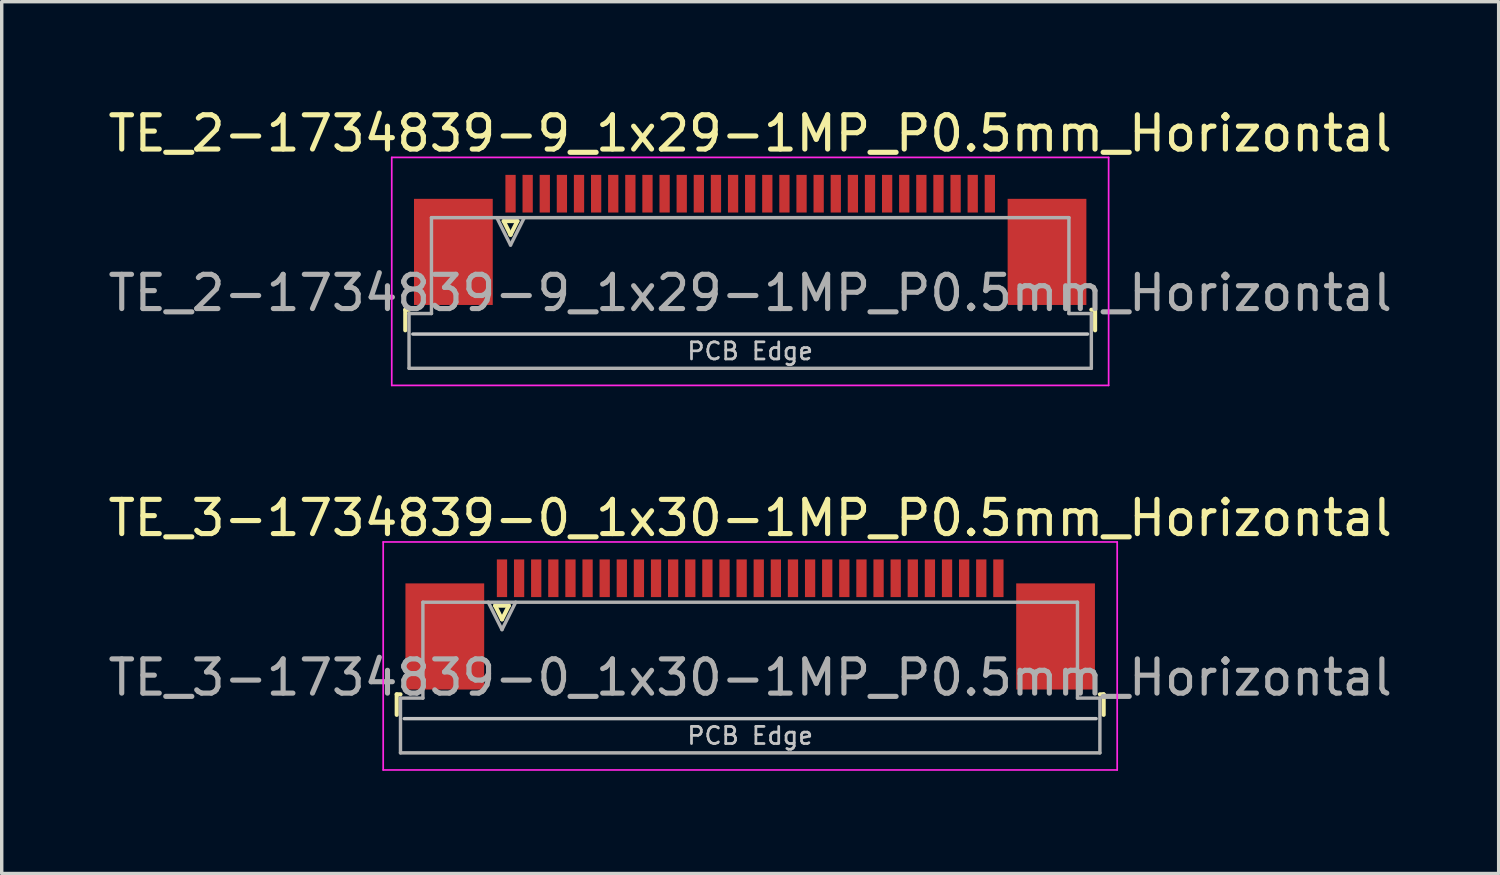
<source format=kicad_pcb>
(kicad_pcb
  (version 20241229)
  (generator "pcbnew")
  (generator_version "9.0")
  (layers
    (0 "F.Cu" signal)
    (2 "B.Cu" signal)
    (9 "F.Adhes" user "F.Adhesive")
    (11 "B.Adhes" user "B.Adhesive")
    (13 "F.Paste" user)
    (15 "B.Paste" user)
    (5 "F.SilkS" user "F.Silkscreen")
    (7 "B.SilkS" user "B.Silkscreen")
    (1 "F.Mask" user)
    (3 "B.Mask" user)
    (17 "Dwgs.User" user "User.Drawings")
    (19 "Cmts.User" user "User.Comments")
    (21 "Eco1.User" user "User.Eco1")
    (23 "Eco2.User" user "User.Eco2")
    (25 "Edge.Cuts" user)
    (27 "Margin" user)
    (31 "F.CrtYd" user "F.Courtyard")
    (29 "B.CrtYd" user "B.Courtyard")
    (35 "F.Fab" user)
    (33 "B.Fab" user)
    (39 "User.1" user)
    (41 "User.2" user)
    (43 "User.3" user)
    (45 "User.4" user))
  (footprint "TE_2-1734839-9_1x29-1MP_P0.5mm_Horizontal"
    (layer "F.Cu")
    (at 18.863 3.958)
    (property "Reference" "TE_2-1734839-9_1x29-1MP_P0.5mm_Horizontal" (at 0 -3.11 0) (layer "F.SilkS") (effects (font (size 1 1) (thickness 0.15))))
    (attr smd)
    (fp_line (start -10.075 2.04) (end -10.075 2.64) (stroke (width 0.12) (type solid)) (layer "F.SilkS"))
    (fp_line (start -9.965 2.04) (end -10.075 2.04) (stroke (width 0.12) (type solid)) (layer "F.SilkS"))
    (fp_line (start -7.2 -0.55) (end -7 -0.15) (stroke (width 0.12) (type solid)) (layer "F.SilkS"))
    (fp_line (start -7 -0.15) (end -6.8 -0.55) (stroke (width 0.12) (type solid)) (layer "F.SilkS"))
    (fp_line (start -6.8 -0.55) (end -7.2 -0.55) (stroke (width 0.12) (type solid)) (layer "F.SilkS"))
    (fp_line (start 9.965 2.04) (end 10.075 2.04) (stroke (width 0.12) (type solid)) (layer "F.SilkS"))
    (fp_line (start 10.075 2.04) (end 10.075 2.64) (stroke (width 0.12) (type solid)) (layer "F.SilkS"))
    (fp_line (start 9.855 2.75) (end -9.855 2.75) (stroke (width 0.1) (type solid)) (layer "Dwgs.User"))
    (fp_line (start -10.47 -2.41) (end -10.47 4.25) (stroke (width 0.05) (type solid)) (layer "F.CrtYd"))
    (fp_line (start -10.47 4.25) (end 10.47 4.25) (stroke (width 0.05) (type solid)) (layer "F.CrtYd"))
    (fp_line (start 10.47 -2.41) (end -10.47 -2.41) (stroke (width 0.05) (type solid)) (layer "F.CrtYd"))
    (fp_line (start 10.47 4.25) (end 10.47 -2.41) (stroke (width 0.05) (type solid)) (layer "F.CrtYd"))
    (fp_line (start -9.965 2.15) (end -9.31 2.15) (stroke (width 0.1) (type solid)) (layer "F.Fab"))
    (fp_line (start -9.965 3.75) (end -9.965 2.15) (stroke (width 0.1) (type solid)) (layer "F.Fab"))
    (fp_line (start -9.31 -0.65) (end 9.31 -0.65) (stroke (width 0.1) (type solid)) (layer "F.Fab"))
    (fp_line (start -9.31 2.15) (end -9.31 -0.65) (stroke (width 0.1) (type solid)) (layer "F.Fab"))
    (fp_line (start -7.4 -0.65) (end -7 0.15) (stroke (width 0.1) (type solid)) (layer "F.Fab"))
    (fp_line (start -7 0.15) (end -6.6 -0.65) (stroke (width 0.1) (type solid)) (layer "F.Fab"))
    (fp_line (start 9.31 -0.65) (end 9.31 2.15) (stroke (width 0.1) (type solid)) (layer "F.Fab"))
    (fp_line (start 9.31 2.15) (end 9.965 2.15) (stroke (width 0.1) (type solid)) (layer "F.Fab"))
    (fp_line (start 9.965 2.15) (end 9.965 3.75) (stroke (width 0.1) (type solid)) (layer "F.Fab"))
    (fp_line (start 9.965 3.75) (end -9.965 3.75) (stroke (width 0.1) (type solid)) (layer "F.Fab"))
    (fp_text user "PCB Edge" (at 0 3.25 0) (layer "Dwgs.User") (effects (font (size 0.5 0.5) (thickness 0.08))))
    (fp_text user "${REFERENCE}" (at 0 1.55 0) (layer "F.Fab") (effects (font (size 1 1) (thickness 0.15))))
    (pad "1" smd rect (at -7 -1.35) (size 0.3 1.1) (layers "F.Cu" "F.Mask" "F.Paste"))
    (pad "2" smd rect (at -6.5 -1.35) (size 0.3 1.1) (layers "F.Cu" "F.Mask" "F.Paste"))
    (pad "3" smd rect (at -6 -1.35) (size 0.3 1.1) (layers "F.Cu" "F.Mask" "F.Paste"))
    (pad "4" smd rect (at -5.5 -1.35) (size 0.3 1.1) (layers "F.Cu" "F.Mask" "F.Paste"))
    (pad "5" smd rect (at -5 -1.35) (size 0.3 1.1) (layers "F.Cu" "F.Mask" "F.Paste"))
    (pad "6" smd rect (at -4.5 -1.35) (size 0.3 1.1) (layers "F.Cu" "F.Mask" "F.Paste"))
    (pad "7" smd rect (at -4 -1.35) (size 0.3 1.1) (layers "F.Cu" "F.Mask" "F.Paste"))
    (pad "8" smd rect (at -3.5 -1.35) (size 0.3 1.1) (layers "F.Cu" "F.Mask" "F.Paste"))
    (pad "9" smd rect (at -3 -1.35) (size 0.3 1.1) (layers "F.Cu" "F.Mask" "F.Paste"))
    (pad "10" smd rect (at -2.5 -1.35) (size 0.3 1.1) (layers "F.Cu" "F.Mask" "F.Paste"))
    (pad "11" smd rect (at -2 -1.35) (size 0.3 1.1) (layers "F.Cu" "F.Mask" "F.Paste"))
    (pad "12" smd rect (at -1.5 -1.35) (size 0.3 1.1) (layers "F.Cu" "F.Mask" "F.Paste"))
    (pad "13" smd rect (at -1 -1.35) (size 0.3 1.1) (layers "F.Cu" "F.Mask" "F.Paste"))
    (pad "14" smd rect (at -0.5 -1.35) (size 0.3 1.1) (layers "F.Cu" "F.Mask" "F.Paste"))
    (pad "15" smd rect (at 0 -1.35) (size 0.3 1.1) (layers "F.Cu" "F.Mask" "F.Paste"))
    (pad "16" smd rect (at 0.5 -1.35) (size 0.3 1.1) (layers "F.Cu" "F.Mask" "F.Paste"))
    (pad "17" smd rect (at 1 -1.35) (size 0.3 1.1) (layers "F.Cu" "F.Mask" "F.Paste"))
    (pad "18" smd rect (at 1.5 -1.35) (size 0.3 1.1) (layers "F.Cu" "F.Mask" "F.Paste"))
    (pad "19" smd rect (at 2 -1.35) (size 0.3 1.1) (layers "F.Cu" "F.Mask" "F.Paste"))
    (pad "20" smd rect (at 2.5 -1.35) (size 0.3 1.1) (layers "F.Cu" "F.Mask" "F.Paste"))
    (pad "21" smd rect (at 3 -1.35) (size 0.3 1.1) (layers "F.Cu" "F.Mask" "F.Paste"))
    (pad "22" smd rect (at 3.5 -1.35) (size 0.3 1.1) (layers "F.Cu" "F.Mask" "F.Paste"))
    (pad "23" smd rect (at 4 -1.35) (size 0.3 1.1) (layers "F.Cu" "F.Mask" "F.Paste"))
    (pad "24" smd rect (at 4.5 -1.35) (size 0.3 1.1) (layers "F.Cu" "F.Mask" "F.Paste"))
    (pad "25" smd rect (at 5 -1.35) (size 0.3 1.1) (layers "F.Cu" "F.Mask" "F.Paste"))
    (pad "26" smd rect (at 5.5 -1.35) (size 0.3 1.1) (layers "F.Cu" "F.Mask" "F.Paste"))
    (pad "27" smd rect (at 6 -1.35) (size 0.3 1.1) (layers "F.Cu" "F.Mask" "F.Paste"))
    (pad "28" smd rect (at 6.5 -1.35) (size 0.3 1.1) (layers "F.Cu" "F.Mask" "F.Paste"))
    (pad "29" smd rect (at 7 -1.35) (size 0.3 1.1) (layers "F.Cu" "F.Mask" "F.Paste"))
    (pad "MP" smd rect (at -8.67 0.35) (size 2.3 3.1) (layers "F.Cu" "F.Mask" "F.Paste"))
    (pad "MP" smd rect (at 8.67 0.35) (size 2.3 3.1) (layers "F.Cu" "F.Mask" "F.Paste")))
  (footprint "TE_3-1734839-0_1x30-1MP_P0.5mm_Horizontal"
    (layer "F.Cu")
    (at 18.863 15.191)
    (property "Reference" "TE_3-1734839-0_1x30-1MP_P0.5mm_Horizontal" (at 0 -3.11 0) (layer "F.SilkS") (effects (font (size 1 1) (thickness 0.15))))
    (attr smd)
    (fp_line (start -10.325 2.04) (end -10.325 2.64) (stroke (width 0.12) (type solid)) (layer "F.SilkS"))
    (fp_line (start -10.215 2.04) (end -10.325 2.04) (stroke (width 0.12) (type solid)) (layer "F.SilkS"))
    (fp_line (start -7.45 -0.55) (end -7.25 -0.15) (stroke (width 0.12) (type solid)) (layer "F.SilkS"))
    (fp_line (start -7.25 -0.15) (end -7.05 -0.55) (stroke (width 0.12) (type solid)) (layer "F.SilkS"))
    (fp_line (start -7.05 -0.55) (end -7.45 -0.55) (stroke (width 0.12) (type solid)) (layer "F.SilkS"))
    (fp_line (start 10.215 2.04) (end 10.325 2.04) (stroke (width 0.12) (type solid)) (layer "F.SilkS"))
    (fp_line (start 10.325 2.04) (end 10.325 2.64) (stroke (width 0.12) (type solid)) (layer "F.SilkS"))
    (fp_line (start 10.105 2.75) (end -10.105 2.75) (stroke (width 0.1) (type solid)) (layer "Dwgs.User"))
    (fp_line (start -10.72 -2.41) (end -10.72 4.25) (stroke (width 0.05) (type solid)) (layer "F.CrtYd"))
    (fp_line (start -10.72 4.25) (end 10.72 4.25) (stroke (width 0.05) (type solid)) (layer "F.CrtYd"))
    (fp_line (start 10.72 -2.41) (end -10.72 -2.41) (stroke (width 0.05) (type solid)) (layer "F.CrtYd"))
    (fp_line (start 10.72 4.25) (end 10.72 -2.41) (stroke (width 0.05) (type solid)) (layer "F.CrtYd"))
    (fp_line (start -10.215 2.15) (end -9.56 2.15) (stroke (width 0.1) (type solid)) (layer "F.Fab"))
    (fp_line (start -10.215 3.75) (end -10.215 2.15) (stroke (width 0.1) (type solid)) (layer "F.Fab"))
    (fp_line (start -9.56 -0.65) (end 9.56 -0.65) (stroke (width 0.1) (type solid)) (layer "F.Fab"))
    (fp_line (start -9.56 2.15) (end -9.56 -0.65) (stroke (width 0.1) (type solid)) (layer "F.Fab"))
    (fp_line (start -7.65 -0.65) (end -7.25 0.15) (stroke (width 0.1) (type solid)) (layer "F.Fab"))
    (fp_line (start -7.25 0.15) (end -6.85 -0.65) (stroke (width 0.1) (type solid)) (layer "F.Fab"))
    (fp_line (start 9.56 -0.65) (end 9.56 2.15) (stroke (width 0.1) (type solid)) (layer "F.Fab"))
    (fp_line (start 9.56 2.15) (end 10.215 2.15) (stroke (width 0.1) (type solid)) (layer "F.Fab"))
    (fp_line (start 10.215 2.15) (end 10.215 3.75) (stroke (width 0.1) (type solid)) (layer "F.Fab"))
    (fp_line (start 10.215 3.75) (end -10.215 3.75) (stroke (width 0.1) (type solid)) (layer "F.Fab"))
    (fp_text user "PCB Edge" (at 0 3.25 0) (layer "Dwgs.User") (effects (font (size 0.5 0.5) (thickness 0.08))))
    (fp_text user "${REFERENCE}" (at 0 1.55 0) (layer "F.Fab") (effects (font (size 1 1) (thickness 0.15))))
    (pad "1" smd rect (at -7.25 -1.35) (size 0.3 1.1) (layers "F.Cu" "F.Mask" "F.Paste"))
    (pad "2" smd rect (at -6.75 -1.35) (size 0.3 1.1) (layers "F.Cu" "F.Mask" "F.Paste"))
    (pad "3" smd rect (at -6.25 -1.35) (size 0.3 1.1) (layers "F.Cu" "F.Mask" "F.Paste"))
    (pad "4" smd rect (at -5.75 -1.35) (size 0.3 1.1) (layers "F.Cu" "F.Mask" "F.Paste"))
    (pad "5" smd rect (at -5.25 -1.35) (size 0.3 1.1) (layers "F.Cu" "F.Mask" "F.Paste"))
    (pad "6" smd rect (at -4.75 -1.35) (size 0.3 1.1) (layers "F.Cu" "F.Mask" "F.Paste"))
    (pad "7" smd rect (at -4.25 -1.35) (size 0.3 1.1) (layers "F.Cu" "F.Mask" "F.Paste"))
    (pad "8" smd rect (at -3.75 -1.35) (size 0.3 1.1) (layers "F.Cu" "F.Mask" "F.Paste"))
    (pad "9" smd rect (at -3.25 -1.35) (size 0.3 1.1) (layers "F.Cu" "F.Mask" "F.Paste"))
    (pad "10" smd rect (at -2.75 -1.35) (size 0.3 1.1) (layers "F.Cu" "F.Mask" "F.Paste"))
    (pad "11" smd rect (at -2.25 -1.35) (size 0.3 1.1) (layers "F.Cu" "F.Mask" "F.Paste"))
    (pad "12" smd rect (at -1.75 -1.35) (size 0.3 1.1) (layers "F.Cu" "F.Mask" "F.Paste"))
    (pad "13" smd rect (at -1.25 -1.35) (size 0.3 1.1) (layers "F.Cu" "F.Mask" "F.Paste"))
    (pad "14" smd rect (at -0.75 -1.35) (size 0.3 1.1) (layers "F.Cu" "F.Mask" "F.Paste"))
    (pad "15" smd rect (at -0.25 -1.35) (size 0.3 1.1) (layers "F.Cu" "F.Mask" "F.Paste"))
    (pad "16" smd rect (at 0.25 -1.35) (size 0.3 1.1) (layers "F.Cu" "F.Mask" "F.Paste"))
    (pad "17" smd rect (at 0.75 -1.35) (size 0.3 1.1) (layers "F.Cu" "F.Mask" "F.Paste"))
    (pad "18" smd rect (at 1.25 -1.35) (size 0.3 1.1) (layers "F.Cu" "F.Mask" "F.Paste"))
    (pad "19" smd rect (at 1.75 -1.35) (size 0.3 1.1) (layers "F.Cu" "F.Mask" "F.Paste"))
    (pad "20" smd rect (at 2.25 -1.35) (size 0.3 1.1) (layers "F.Cu" "F.Mask" "F.Paste"))
    (pad "21" smd rect (at 2.75 -1.35) (size 0.3 1.1) (layers "F.Cu" "F.Mask" "F.Paste"))
    (pad "22" smd rect (at 3.25 -1.35) (size 0.3 1.1) (layers "F.Cu" "F.Mask" "F.Paste"))
    (pad "23" smd rect (at 3.75 -1.35) (size 0.3 1.1) (layers "F.Cu" "F.Mask" "F.Paste"))
    (pad "24" smd rect (at 4.25 -1.35) (size 0.3 1.1) (layers "F.Cu" "F.Mask" "F.Paste"))
    (pad "25" smd rect (at 4.75 -1.35) (size 0.3 1.1) (layers "F.Cu" "F.Mask" "F.Paste"))
    (pad "26" smd rect (at 5.25 -1.35) (size 0.3 1.1) (layers "F.Cu" "F.Mask" "F.Paste"))
    (pad "27" smd rect (at 5.75 -1.35) (size 0.3 1.1) (layers "F.Cu" "F.Mask" "F.Paste"))
    (pad "28" smd rect (at 6.25 -1.35) (size 0.3 1.1) (layers "F.Cu" "F.Mask" "F.Paste"))
    (pad "29" smd rect (at 6.75 -1.35) (size 0.3 1.1) (layers "F.Cu" "F.Mask" "F.Paste"))
    (pad "30" smd rect (at 7.25 -1.35) (size 0.3 1.1) (layers "F.Cu" "F.Mask" "F.Paste"))
    (pad "MP" smd rect (at -8.92 0.35) (size 2.3 3.1) (layers "F.Cu" "F.Mask" "F.Paste"))
    (pad "MP" smd rect (at 8.92 0.35) (size 2.3 3.1) (layers "F.Cu" "F.Mask" "F.Paste")))
  (gr_rect
    (start -3 -3)
    (end 40.726 22.466)
    (stroke (width 0.1) (type default))
    (fill no)
    (layer "Edge.Cuts")))
</source>
